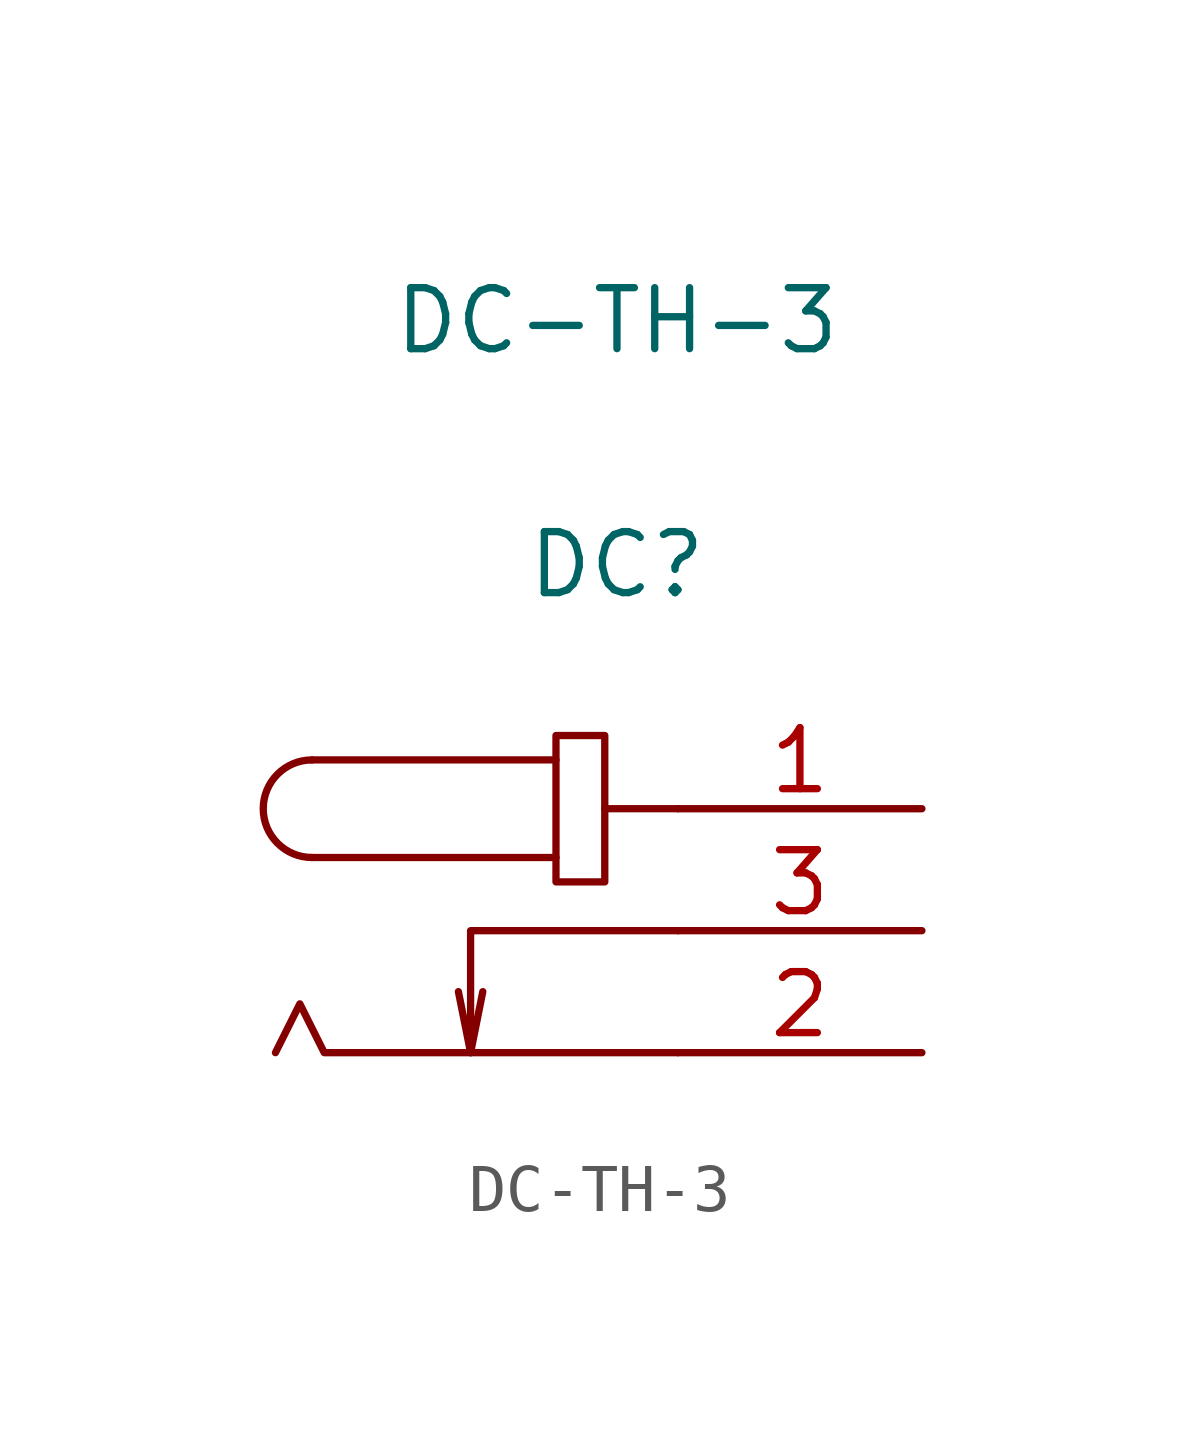
<source format=kicad_sym>
(kicad_symbol_lib
  (version 20211014)
  (generator kicad_symbol_editor)
  (symbol "DC-TH-3"
    (pin_names
      (offset 1.016) hide)
    (property "Reference" "DC"
      (at 0 6.35 0)
      (effects (font (size 1.27 1.27))))
    (property "Value" "DC-TH-3"
      (at 0 11.43 0)
      (effects (font (size 1.27 1.27))))
    (symbol "DC-TH-3_1_1"
      (arc (start -6.35 2.286) (mid -7.366 1.27) (end -6.35 0.254) (stroke (width 0.1524) (type default) (color 0 0 0 0)) (fill (type none)))
      (rectangle (start -1.27 2.794) (end -0.254 -0.254) (stroke (width 0.152) (type default) (color 0 0 0 0)) (fill (type none)))
      (polyline (pts (xy -3.048 -3.81) (xy -2.794 -2.54)) (stroke (width 0.152) (type default) (color 0 0 0 0)) (fill (type none)))
      (polyline (pts (xy -1.27 0.254) (xy -6.35 0.254)) (stroke (width 0.152) (type default) (color 0 0 0 0)) (fill (type none)))
      (polyline (pts (xy -1.27 2.286) (xy -6.35 2.286)) (stroke (width 0.152) (type default) (color 0 0 0 0)) (fill (type none)))
      (polyline (pts (xy 1.27 1.27) (xy -0.254 1.27)) (stroke (width 0.152) (type default) (color 0 0 0 0)) (fill (type none)))
      (polyline (pts (xy 1.27 -3.81) (xy -6.096 -3.81) (xy -6.604 -2.794) (xy -7.112 -3.81)) (stroke (width 0.152) (type default) (color 0 0 0 0)) (fill (type none)))
      (polyline (pts (xy 1.27 -1.27) (xy -3.048 -1.27) (xy -3.048 -3.81) (xy -3.302 -2.54)) (stroke (width 0.152) (type default) (color 0 0 0 0)) (fill (type none)))
      (pin input line (at 6.35 1.27 180) (length 5.08) (name "1" (effects (font (size 1.27 1.27)))) (number "1" (effects (font (size 1.27 1.27)))))
      (pin input line (at 6.35 -3.81 180) (length 5.08) (name "2" (effects (font (size 1.27 1.27)))) (number "2" (effects (font (size 1.27 1.27)))))
      (pin input line (at 6.35 -1.27 180) (length 5.08) (name "3" (effects (font (size 1.27 1.27)))) (number "3" (effects (font (size 1.27 1.27))))))))
</source>
